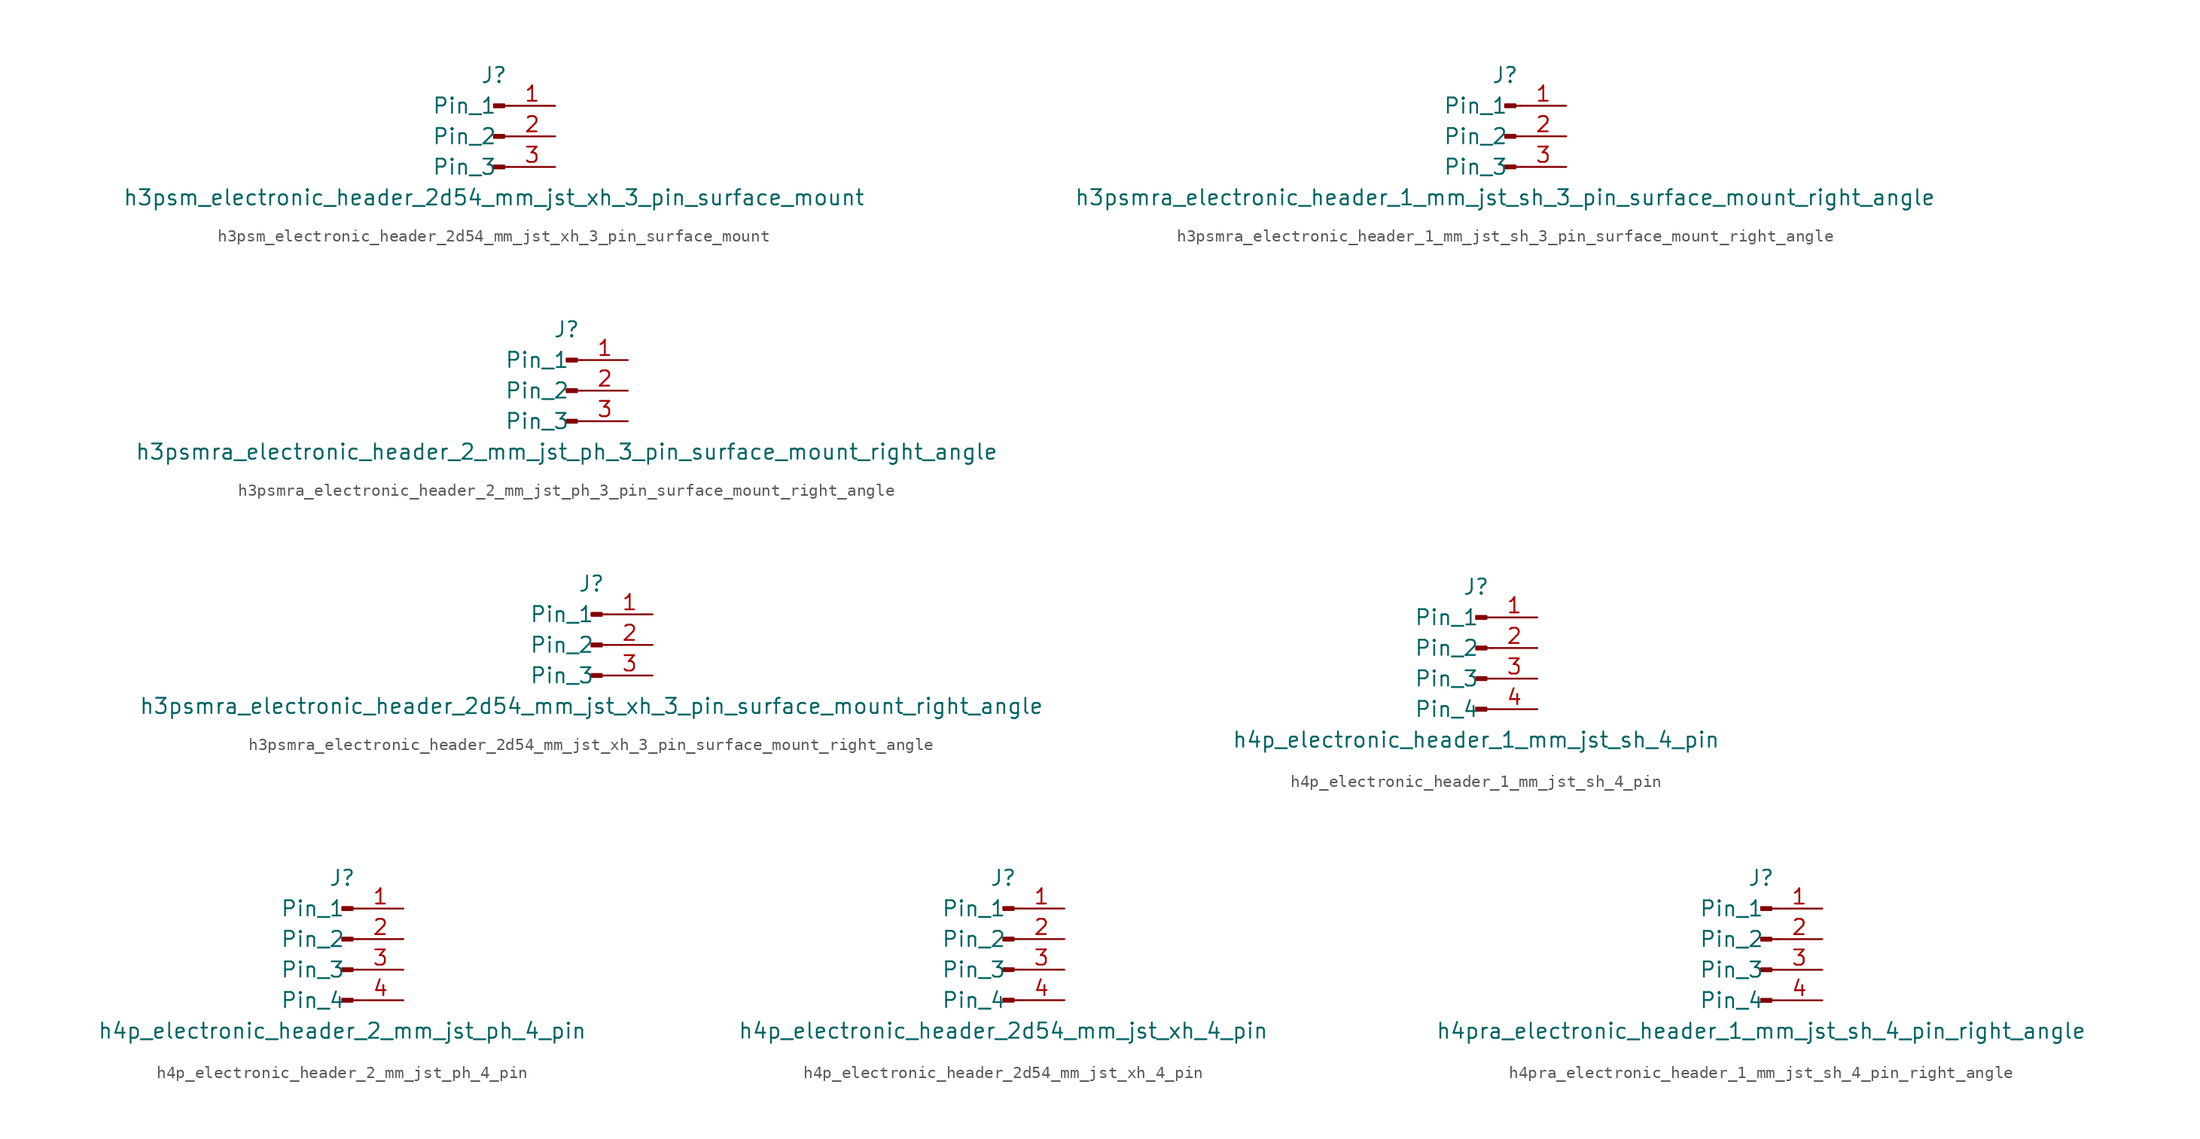
<source format=kicad_sym>
(kicad_symbol_lib
  (version 20220914)
  (generator kicad_symbol_editor)
  (symbol "h3psm_electronic_header_2d54_mm_jst_xh_3_pin_surface_mount"
    (pin_names
      (offset 1.016))
    (property "Reference" "J"
      (at 0 5.08 0)
      (effects (font (size 1.27 1.27))))
    (property "Value" "h3psm_electronic_header_2d54_mm_jst_xh_3_pin_surface_mount"
      (at 0 -5.08 0)
      (effects (font (size 1.27 1.27))))
    (property "ki_locked" ""
      (at 0 0 0)
      (effects (font (size 1.27 1.27))))
    (symbol "h3psm_electronic_header_2d54_mm_jst_xh_3_pin_surface_mount_1_1"
      (polyline (pts (xy 1.27 -2.54) (xy 0.864 -2.54)) (stroke (width 0.152) (type default)) (fill (type none)))
      (polyline (pts (xy 1.27 0) (xy 0.864 0)) (stroke (width 0.152) (type default)) (fill (type none)))
      (polyline (pts (xy 1.27 2.54) (xy 0.864 2.54)) (stroke (width 0.152) (type default)) (fill (type none)))
      (rectangle (start 0.864 -2.413) (end 0 -2.667) (stroke (width 0.152) (type default)) (fill (type outline)))
      (rectangle (start 0.864 0.127) (end 0 -0.127) (stroke (width 0.152) (type default)) (fill (type outline)))
      (rectangle (start 0.864 2.667) (end 0 2.413) (stroke (width 0.152) (type default)) (fill (type outline)))
      (pin passive line (at 5.08 2.54 180) (length 3.81) (name "Pin_1" (effects (font (size 1.27 1.27)))) (number "1" (effects (font (size 1.27 1.27)))))
      (pin passive line (at 5.08 0 180) (length 3.81) (name "Pin_2" (effects (font (size 1.27 1.27)))) (number "2" (effects (font (size 1.27 1.27)))))
      (pin passive line (at 5.08 -2.54 180) (length 3.81) (name "Pin_3" (effects (font (size 1.27 1.27)))) (number "3" (effects (font (size 1.27 1.27)))))))
  (symbol "h3psmra_electronic_header_1_mm_jst_sh_3_pin_surface_mount_right_angle"
    (pin_names
      (offset 1.016))
    (property "Reference" "J"
      (at 0 5.08 0)
      (effects (font (size 1.27 1.27))))
    (property "Value" "h3psmra_electronic_header_1_mm_jst_sh_3_pin_surface_mount_right_angle"
      (at 0 -5.08 0)
      (effects (font (size 1.27 1.27))))
    (property "ki_locked" ""
      (at 0 0 0)
      (effects (font (size 1.27 1.27))))
    (symbol "h3psmra_electronic_header_1_mm_jst_sh_3_pin_surface_mount_right_angle_1_1"
      (polyline (pts (xy 1.27 -2.54) (xy 0.864 -2.54)) (stroke (width 0.152) (type default)) (fill (type none)))
      (polyline (pts (xy 1.27 0) (xy 0.864 0)) (stroke (width 0.152) (type default)) (fill (type none)))
      (polyline (pts (xy 1.27 2.54) (xy 0.864 2.54)) (stroke (width 0.152) (type default)) (fill (type none)))
      (rectangle (start 0.864 -2.413) (end 0 -2.667) (stroke (width 0.152) (type default)) (fill (type outline)))
      (rectangle (start 0.864 0.127) (end 0 -0.127) (stroke (width 0.152) (type default)) (fill (type outline)))
      (rectangle (start 0.864 2.667) (end 0 2.413) (stroke (width 0.152) (type default)) (fill (type outline)))
      (pin passive line (at 5.08 2.54 180) (length 3.81) (name "Pin_1" (effects (font (size 1.27 1.27)))) (number "1" (effects (font (size 1.27 1.27)))))
      (pin passive line (at 5.08 0 180) (length 3.81) (name "Pin_2" (effects (font (size 1.27 1.27)))) (number "2" (effects (font (size 1.27 1.27)))))
      (pin passive line (at 5.08 -2.54 180) (length 3.81) (name "Pin_3" (effects (font (size 1.27 1.27)))) (number "3" (effects (font (size 1.27 1.27)))))))
  (symbol "h3psmra_electronic_header_2_mm_jst_ph_3_pin_surface_mount_right_angle"
    (pin_names
      (offset 1.016))
    (property "Reference" "J"
      (at 0 5.08 0)
      (effects (font (size 1.27 1.27))))
    (property "Value" "h3psmra_electronic_header_2_mm_jst_ph_3_pin_surface_mount_right_angle"
      (at 0 -5.08 0)
      (effects (font (size 1.27 1.27))))
    (property "ki_locked" ""
      (at 0 0 0)
      (effects (font (size 1.27 1.27))))
    (symbol "h3psmra_electronic_header_2_mm_jst_ph_3_pin_surface_mount_right_angle_1_1"
      (polyline (pts (xy 1.27 -2.54) (xy 0.864 -2.54)) (stroke (width 0.152) (type default)) (fill (type none)))
      (polyline (pts (xy 1.27 0) (xy 0.864 0)) (stroke (width 0.152) (type default)) (fill (type none)))
      (polyline (pts (xy 1.27 2.54) (xy 0.864 2.54)) (stroke (width 0.152) (type default)) (fill (type none)))
      (rectangle (start 0.864 -2.413) (end 0 -2.667) (stroke (width 0.152) (type default)) (fill (type outline)))
      (rectangle (start 0.864 0.127) (end 0 -0.127) (stroke (width 0.152) (type default)) (fill (type outline)))
      (rectangle (start 0.864 2.667) (end 0 2.413) (stroke (width 0.152) (type default)) (fill (type outline)))
      (pin passive line (at 5.08 2.54 180) (length 3.81) (name "Pin_1" (effects (font (size 1.27 1.27)))) (number "1" (effects (font (size 1.27 1.27)))))
      (pin passive line (at 5.08 0 180) (length 3.81) (name "Pin_2" (effects (font (size 1.27 1.27)))) (number "2" (effects (font (size 1.27 1.27)))))
      (pin passive line (at 5.08 -2.54 180) (length 3.81) (name "Pin_3" (effects (font (size 1.27 1.27)))) (number "3" (effects (font (size 1.27 1.27)))))))
  (symbol "h3psmra_electronic_header_2d54_mm_jst_xh_3_pin_surface_mount_right_angle"
    (pin_names
      (offset 1.016))
    (property "Reference" "J"
      (at 0 5.08 0)
      (effects (font (size 1.27 1.27))))
    (property "Value" "h3psmra_electronic_header_2d54_mm_jst_xh_3_pin_surface_mount_right_angle"
      (at 0 -5.08 0)
      (effects (font (size 1.27 1.27))))
    (property "ki_locked" ""
      (at 0 0 0)
      (effects (font (size 1.27 1.27))))
    (symbol "h3psmra_electronic_header_2d54_mm_jst_xh_3_pin_surface_mount_right_angle_1_1"
      (polyline (pts (xy 1.27 -2.54) (xy 0.864 -2.54)) (stroke (width 0.152) (type default)) (fill (type none)))
      (polyline (pts (xy 1.27 0) (xy 0.864 0)) (stroke (width 0.152) (type default)) (fill (type none)))
      (polyline (pts (xy 1.27 2.54) (xy 0.864 2.54)) (stroke (width 0.152) (type default)) (fill (type none)))
      (rectangle (start 0.864 -2.413) (end 0 -2.667) (stroke (width 0.152) (type default)) (fill (type outline)))
      (rectangle (start 0.864 0.127) (end 0 -0.127) (stroke (width 0.152) (type default)) (fill (type outline)))
      (rectangle (start 0.864 2.667) (end 0 2.413) (stroke (width 0.152) (type default)) (fill (type outline)))
      (pin passive line (at 5.08 2.54 180) (length 3.81) (name "Pin_1" (effects (font (size 1.27 1.27)))) (number "1" (effects (font (size 1.27 1.27)))))
      (pin passive line (at 5.08 0 180) (length 3.81) (name "Pin_2" (effects (font (size 1.27 1.27)))) (number "2" (effects (font (size 1.27 1.27)))))
      (pin passive line (at 5.08 -2.54 180) (length 3.81) (name "Pin_3" (effects (font (size 1.27 1.27)))) (number "3" (effects (font (size 1.27 1.27)))))))
  (symbol "h4p_electronic_header_1_mm_jst_sh_4_pin"
    (pin_names
      (offset 1.016))
    (property "Reference" "J"
      (at 0 5.08 0)
      (effects (font (size 1.27 1.27))))
    (property "Value" "h4p_electronic_header_1_mm_jst_sh_4_pin"
      (at 0 -7.62 0)
      (effects (font (size 1.27 1.27))))
    (property "ki_locked" ""
      (at 0 0 0)
      (effects (font (size 1.27 1.27))))
    (symbol "h4p_electronic_header_1_mm_jst_sh_4_pin_1_1"
      (polyline (pts (xy 1.27 -5.08) (xy 0.864 -5.08)) (stroke (width 0.152) (type default)) (fill (type none)))
      (polyline (pts (xy 1.27 -2.54) (xy 0.864 -2.54)) (stroke (width 0.152) (type default)) (fill (type none)))
      (polyline (pts (xy 1.27 0) (xy 0.864 0)) (stroke (width 0.152) (type default)) (fill (type none)))
      (polyline (pts (xy 1.27 2.54) (xy 0.864 2.54)) (stroke (width 0.152) (type default)) (fill (type none)))
      (rectangle (start 0.864 -4.953) (end 0 -5.207) (stroke (width 0.152) (type default)) (fill (type outline)))
      (rectangle (start 0.864 -2.413) (end 0 -2.667) (stroke (width 0.152) (type default)) (fill (type outline)))
      (rectangle (start 0.864 0.127) (end 0 -0.127) (stroke (width 0.152) (type default)) (fill (type outline)))
      (rectangle (start 0.864 2.667) (end 0 2.413) (stroke (width 0.152) (type default)) (fill (type outline)))
      (pin passive line (at 5.08 2.54 180) (length 3.81) (name "Pin_1" (effects (font (size 1.27 1.27)))) (number "1" (effects (font (size 1.27 1.27)))))
      (pin passive line (at 5.08 0 180) (length 3.81) (name "Pin_2" (effects (font (size 1.27 1.27)))) (number "2" (effects (font (size 1.27 1.27)))))
      (pin passive line (at 5.08 -2.54 180) (length 3.81) (name "Pin_3" (effects (font (size 1.27 1.27)))) (number "3" (effects (font (size 1.27 1.27)))))
      (pin passive line (at 5.08 -5.08 180) (length 3.81) (name "Pin_4" (effects (font (size 1.27 1.27)))) (number "4" (effects (font (size 1.27 1.27)))))))
  (symbol "h4p_electronic_header_2_mm_jst_ph_4_pin"
    (pin_names
      (offset 1.016))
    (property "Reference" "J"
      (at 0 5.08 0)
      (effects (font (size 1.27 1.27))))
    (property "Value" "h4p_electronic_header_2_mm_jst_ph_4_pin"
      (at 0 -7.62 0)
      (effects (font (size 1.27 1.27))))
    (property "ki_locked" ""
      (at 0 0 0)
      (effects (font (size 1.27 1.27))))
    (symbol "h4p_electronic_header_2_mm_jst_ph_4_pin_1_1"
      (polyline (pts (xy 1.27 -5.08) (xy 0.864 -5.08)) (stroke (width 0.152) (type default)) (fill (type none)))
      (polyline (pts (xy 1.27 -2.54) (xy 0.864 -2.54)) (stroke (width 0.152) (type default)) (fill (type none)))
      (polyline (pts (xy 1.27 0) (xy 0.864 0)) (stroke (width 0.152) (type default)) (fill (type none)))
      (polyline (pts (xy 1.27 2.54) (xy 0.864 2.54)) (stroke (width 0.152) (type default)) (fill (type none)))
      (rectangle (start 0.864 -4.953) (end 0 -5.207) (stroke (width 0.152) (type default)) (fill (type outline)))
      (rectangle (start 0.864 -2.413) (end 0 -2.667) (stroke (width 0.152) (type default)) (fill (type outline)))
      (rectangle (start 0.864 0.127) (end 0 -0.127) (stroke (width 0.152) (type default)) (fill (type outline)))
      (rectangle (start 0.864 2.667) (end 0 2.413) (stroke (width 0.152) (type default)) (fill (type outline)))
      (pin passive line (at 5.08 2.54 180) (length 3.81) (name "Pin_1" (effects (font (size 1.27 1.27)))) (number "1" (effects (font (size 1.27 1.27)))))
      (pin passive line (at 5.08 0 180) (length 3.81) (name "Pin_2" (effects (font (size 1.27 1.27)))) (number "2" (effects (font (size 1.27 1.27)))))
      (pin passive line (at 5.08 -2.54 180) (length 3.81) (name "Pin_3" (effects (font (size 1.27 1.27)))) (number "3" (effects (font (size 1.27 1.27)))))
      (pin passive line (at 5.08 -5.08 180) (length 3.81) (name "Pin_4" (effects (font (size 1.27 1.27)))) (number "4" (effects (font (size 1.27 1.27)))))))
  (symbol "h4p_electronic_header_2d54_mm_jst_xh_4_pin"
    (pin_names
      (offset 1.016))
    (property "Reference" "J"
      (at 0 5.08 0)
      (effects (font (size 1.27 1.27))))
    (property "Value" "h4p_electronic_header_2d54_mm_jst_xh_4_pin"
      (at 0 -7.62 0)
      (effects (font (size 1.27 1.27))))
    (property "ki_locked" ""
      (at 0 0 0)
      (effects (font (size 1.27 1.27))))
    (symbol "h4p_electronic_header_2d54_mm_jst_xh_4_pin_1_1"
      (polyline (pts (xy 1.27 -5.08) (xy 0.864 -5.08)) (stroke (width 0.152) (type default)) (fill (type none)))
      (polyline (pts (xy 1.27 -2.54) (xy 0.864 -2.54)) (stroke (width 0.152) (type default)) (fill (type none)))
      (polyline (pts (xy 1.27 0) (xy 0.864 0)) (stroke (width 0.152) (type default)) (fill (type none)))
      (polyline (pts (xy 1.27 2.54) (xy 0.864 2.54)) (stroke (width 0.152) (type default)) (fill (type none)))
      (rectangle (start 0.864 -4.953) (end 0 -5.207) (stroke (width 0.152) (type default)) (fill (type outline)))
      (rectangle (start 0.864 -2.413) (end 0 -2.667) (stroke (width 0.152) (type default)) (fill (type outline)))
      (rectangle (start 0.864 0.127) (end 0 -0.127) (stroke (width 0.152) (type default)) (fill (type outline)))
      (rectangle (start 0.864 2.667) (end 0 2.413) (stroke (width 0.152) (type default)) (fill (type outline)))
      (pin passive line (at 5.08 2.54 180) (length 3.81) (name "Pin_1" (effects (font (size 1.27 1.27)))) (number "1" (effects (font (size 1.27 1.27)))))
      (pin passive line (at 5.08 0 180) (length 3.81) (name "Pin_2" (effects (font (size 1.27 1.27)))) (number "2" (effects (font (size 1.27 1.27)))))
      (pin passive line (at 5.08 -2.54 180) (length 3.81) (name "Pin_3" (effects (font (size 1.27 1.27)))) (number "3" (effects (font (size 1.27 1.27)))))
      (pin passive line (at 5.08 -5.08 180) (length 3.81) (name "Pin_4" (effects (font (size 1.27 1.27)))) (number "4" (effects (font (size 1.27 1.27)))))))
  (symbol "h4pra_electronic_header_1_mm_jst_sh_4_pin_right_angle"
    (pin_names
      (offset 1.016))
    (property "Reference" "J"
      (at 0 5.08 0)
      (effects (font (size 1.27 1.27))))
    (property "Value" "h4pra_electronic_header_1_mm_jst_sh_4_pin_right_angle"
      (at 0 -7.62 0)
      (effects (font (size 1.27 1.27))))
    (property "ki_locked" ""
      (at 0 0 0)
      (effects (font (size 1.27 1.27))))
    (symbol "h4pra_electronic_header_1_mm_jst_sh_4_pin_right_angle_1_1"
      (polyline (pts (xy 1.27 -5.08) (xy 0.864 -5.08)) (stroke (width 0.152) (type default)) (fill (type none)))
      (polyline (pts (xy 1.27 -2.54) (xy 0.864 -2.54)) (stroke (width 0.152) (type default)) (fill (type none)))
      (polyline (pts (xy 1.27 0) (xy 0.864 0)) (stroke (width 0.152) (type default)) (fill (type none)))
      (polyline (pts (xy 1.27 2.54) (xy 0.864 2.54)) (stroke (width 0.152) (type default)) (fill (type none)))
      (rectangle (start 0.864 -4.953) (end 0 -5.207) (stroke (width 0.152) (type default)) (fill (type outline)))
      (rectangle (start 0.864 -2.413) (end 0 -2.667) (stroke (width 0.152) (type default)) (fill (type outline)))
      (rectangle (start 0.864 0.127) (end 0 -0.127) (stroke (width 0.152) (type default)) (fill (type outline)))
      (rectangle (start 0.864 2.667) (end 0 2.413) (stroke (width 0.152) (type default)) (fill (type outline)))
      (pin passive line (at 5.08 2.54 180) (length 3.81) (name "Pin_1" (effects (font (size 1.27 1.27)))) (number "1" (effects (font (size 1.27 1.27)))))
      (pin passive line (at 5.08 0 180) (length 3.81) (name "Pin_2" (effects (font (size 1.27 1.27)))) (number "2" (effects (font (size 1.27 1.27)))))
      (pin passive line (at 5.08 -2.54 180) (length 3.81) (name "Pin_3" (effects (font (size 1.27 1.27)))) (number "3" (effects (font (size 1.27 1.27)))))
      (pin passive line (at 5.08 -5.08 180) (length 3.81) (name "Pin_4" (effects (font (size 1.27 1.27)))) (number "4" (effects (font (size 1.27 1.27))))))))
</source>
